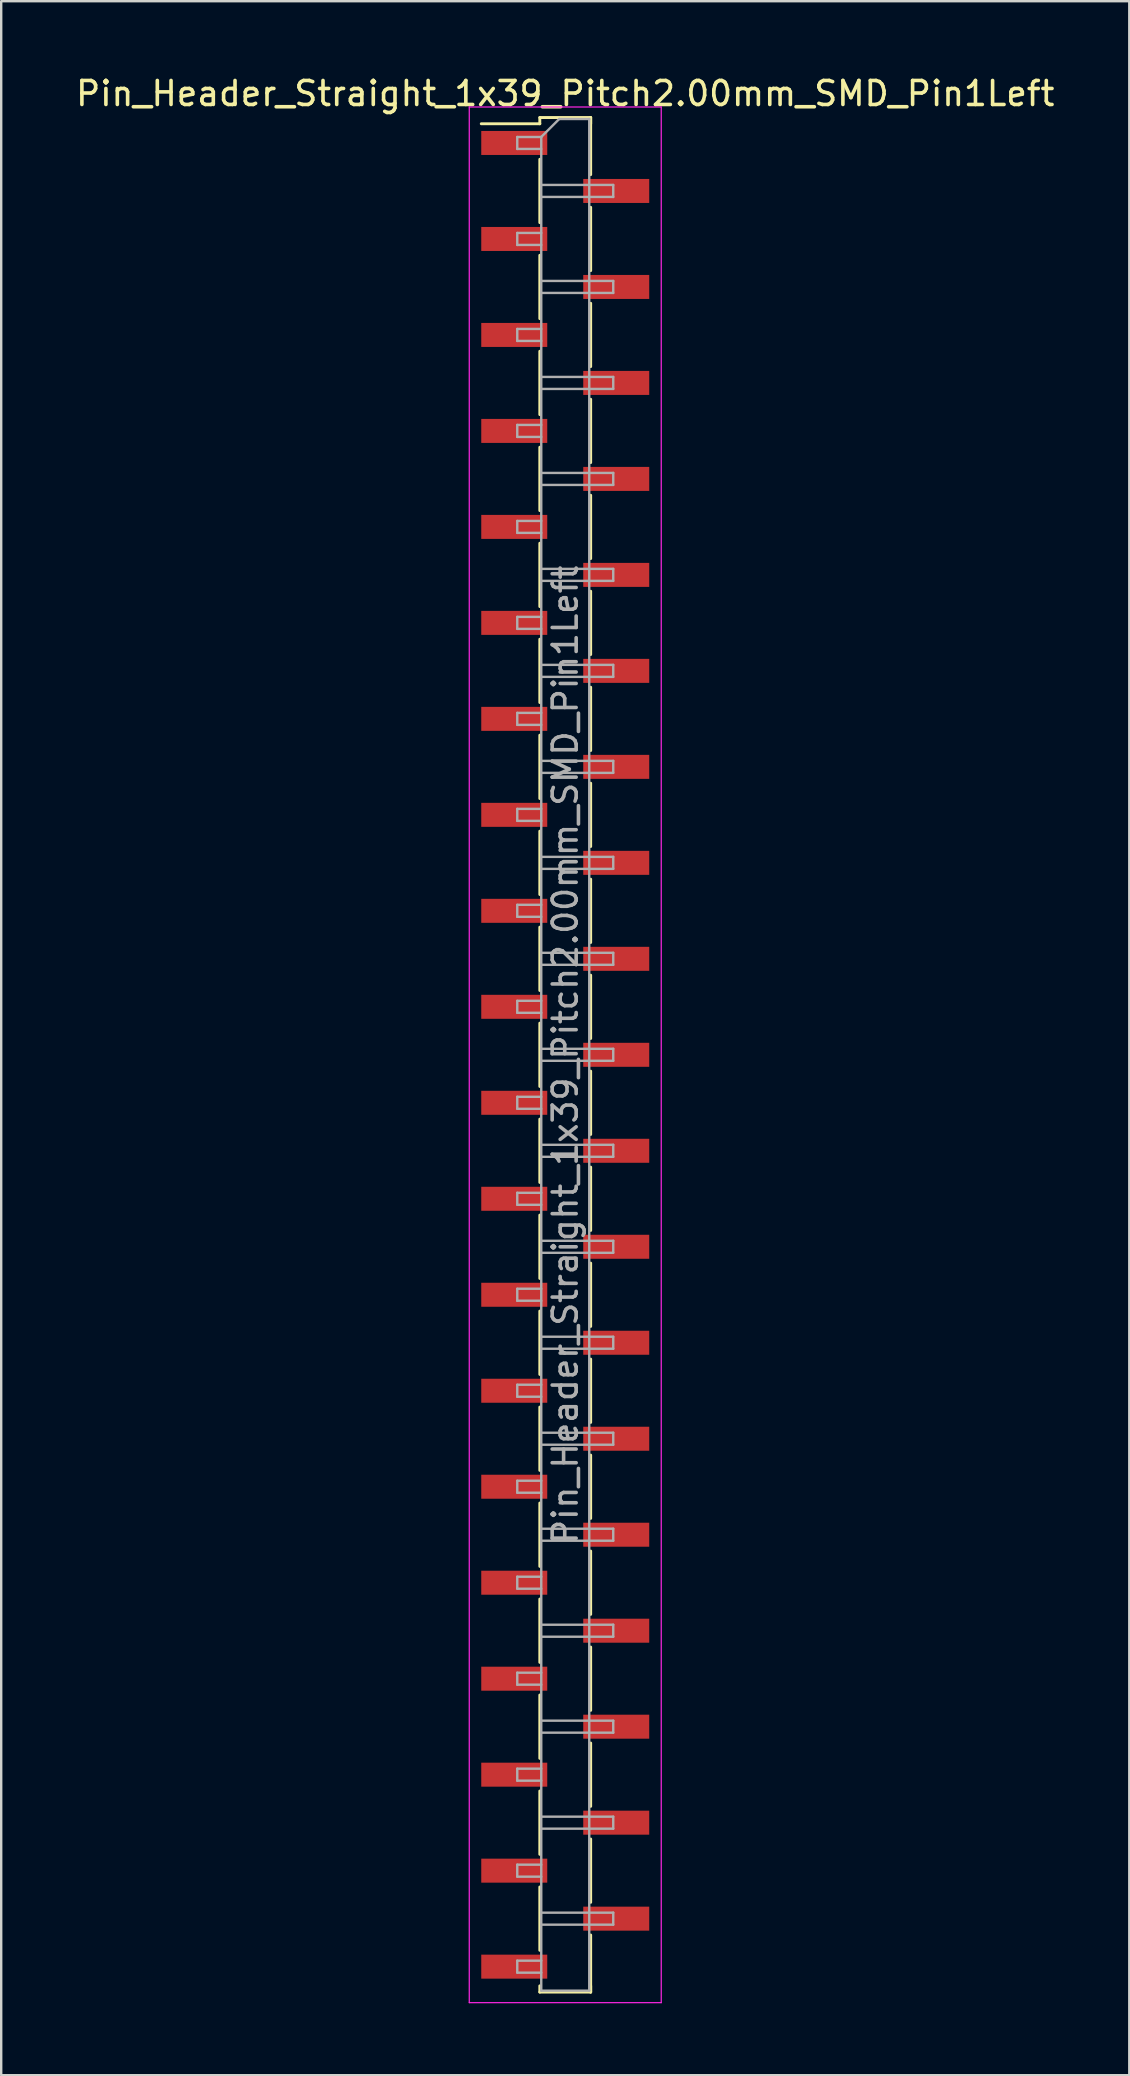
<source format=kicad_pcb>
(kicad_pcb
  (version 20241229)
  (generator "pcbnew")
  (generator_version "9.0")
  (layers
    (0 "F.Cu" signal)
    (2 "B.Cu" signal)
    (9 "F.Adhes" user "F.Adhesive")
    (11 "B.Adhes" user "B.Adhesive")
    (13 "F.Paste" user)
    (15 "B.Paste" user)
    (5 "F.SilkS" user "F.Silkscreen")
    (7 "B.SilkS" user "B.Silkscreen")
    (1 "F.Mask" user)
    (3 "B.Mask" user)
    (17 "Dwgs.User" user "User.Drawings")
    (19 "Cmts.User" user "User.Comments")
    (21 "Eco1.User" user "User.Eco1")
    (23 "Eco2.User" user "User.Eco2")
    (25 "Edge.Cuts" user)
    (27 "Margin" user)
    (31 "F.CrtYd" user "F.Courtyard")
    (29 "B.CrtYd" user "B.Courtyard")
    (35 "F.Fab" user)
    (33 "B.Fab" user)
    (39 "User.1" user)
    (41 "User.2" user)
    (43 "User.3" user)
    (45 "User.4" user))
  (footprint "Pin_Header_Straight_1x39_Pitch2.00mm_SMD_Pin1Left"
    (layer "F.Cu")
    (at 20.506 40.908)
    (property "Reference" "Pin_Header_Straight_1x39_Pitch2.00mm_SMD_Pin1Left" (at 0 -40.06 0) (layer "F.SilkS") (effects (font (size 1 1) (thickness 0.15))))
    (attr smd)
    (fp_line (start -1.06 -39.06) (end 1.06 -39.06) (stroke (width 0.12) (type solid)) (layer "F.SilkS"))
    (fp_line (start -1.06 -38.8) (end -3.5 -38.8) (stroke (width 0.12) (type solid)) (layer "F.SilkS"))
    (fp_line (start -1.06 -38.8) (end -1.06 -39.06) (stroke (width 0.12) (type solid)) (layer "F.SilkS"))
    (fp_line (start -1.06 -37.32) (end -1.06 -34.68) (stroke (width 0.12) (type solid)) (layer "F.SilkS"))
    (fp_line (start -1.06 -33.32) (end -1.06 -30.68) (stroke (width 0.12) (type solid)) (layer "F.SilkS"))
    (fp_line (start -1.06 -29.32) (end -1.06 -26.68) (stroke (width 0.12) (type solid)) (layer "F.SilkS"))
    (fp_line (start -1.06 -25.32) (end -1.06 -22.68) (stroke (width 0.12) (type solid)) (layer "F.SilkS"))
    (fp_line (start -1.06 -21.32) (end -1.06 -18.68) (stroke (width 0.12) (type solid)) (layer "F.SilkS"))
    (fp_line (start -1.06 -17.32) (end -1.06 -14.68) (stroke (width 0.12) (type solid)) (layer "F.SilkS"))
    (fp_line (start -1.06 -13.32) (end -1.06 -10.68) (stroke (width 0.12) (type solid)) (layer "F.SilkS"))
    (fp_line (start -1.06 -9.32) (end -1.06 -6.68) (stroke (width 0.12) (type solid)) (layer "F.SilkS"))
    (fp_line (start -1.06 -5.32) (end -1.06 -2.68) (stroke (width 0.12) (type solid)) (layer "F.SilkS"))
    (fp_line (start -1.06 -1.32) (end -1.06 1.32) (stroke (width 0.12) (type solid)) (layer "F.SilkS"))
    (fp_line (start -1.06 2.68) (end -1.06 5.32) (stroke (width 0.12) (type solid)) (layer "F.SilkS"))
    (fp_line (start -1.06 6.68) (end -1.06 9.32) (stroke (width 0.12) (type solid)) (layer "F.SilkS"))
    (fp_line (start -1.06 10.68) (end -1.06 13.32) (stroke (width 0.12) (type solid)) (layer "F.SilkS"))
    (fp_line (start -1.06 14.68) (end -1.06 17.32) (stroke (width 0.12) (type solid)) (layer "F.SilkS"))
    (fp_line (start -1.06 18.68) (end -1.06 21.32) (stroke (width 0.12) (type solid)) (layer "F.SilkS"))
    (fp_line (start -1.06 22.68) (end -1.06 25.32) (stroke (width 0.12) (type solid)) (layer "F.SilkS"))
    (fp_line (start -1.06 26.68) (end -1.06 29.32) (stroke (width 0.12) (type solid)) (layer "F.SilkS"))
    (fp_line (start -1.06 30.68) (end -1.06 33.32) (stroke (width 0.12) (type solid)) (layer "F.SilkS"))
    (fp_line (start -1.06 34.68) (end -1.06 37.32) (stroke (width 0.12) (type solid)) (layer "F.SilkS"))
    (fp_line (start -1.06 38.8) (end -1.06 39.06) (stroke (width 0.12) (type solid)) (layer "F.SilkS"))
    (fp_line (start -1.06 39.06) (end 1.06 39.06) (stroke (width 0.12) (type solid)) (layer "F.SilkS"))
    (fp_line (start 1.06 -39.06) (end 1.06 -38.8) (stroke (width 0.12) (type solid)) (layer "F.SilkS"))
    (fp_line (start 1.06 -39.06) (end 1.06 -36.68) (stroke (width 0.12) (type solid)) (layer "F.SilkS"))
    (fp_line (start 1.06 -35.32) (end 1.06 -32.68) (stroke (width 0.12) (type solid)) (layer "F.SilkS"))
    (fp_line (start 1.06 -31.32) (end 1.06 -28.68) (stroke (width 0.12) (type solid)) (layer "F.SilkS"))
    (fp_line (start 1.06 -27.32) (end 1.06 -24.68) (stroke (width 0.12) (type solid)) (layer "F.SilkS"))
    (fp_line (start 1.06 -23.32) (end 1.06 -20.68) (stroke (width 0.12) (type solid)) (layer "F.SilkS"))
    (fp_line (start 1.06 -19.32) (end 1.06 -16.68) (stroke (width 0.12) (type solid)) (layer "F.SilkS"))
    (fp_line (start 1.06 -15.32) (end 1.06 -12.68) (stroke (width 0.12) (type solid)) (layer "F.SilkS"))
    (fp_line (start 1.06 -11.32) (end 1.06 -8.68) (stroke (width 0.12) (type solid)) (layer "F.SilkS"))
    (fp_line (start 1.06 -7.32) (end 1.06 -4.68) (stroke (width 0.12) (type solid)) (layer "F.SilkS"))
    (fp_line (start 1.06 -3.32) (end 1.06 -0.68) (stroke (width 0.12) (type solid)) (layer "F.SilkS"))
    (fp_line (start 1.06 0.68) (end 1.06 3.32) (stroke (width 0.12) (type solid)) (layer "F.SilkS"))
    (fp_line (start 1.06 4.68) (end 1.06 7.32) (stroke (width 0.12) (type solid)) (layer "F.SilkS"))
    (fp_line (start 1.06 8.68) (end 1.06 11.32) (stroke (width 0.12) (type solid)) (layer "F.SilkS"))
    (fp_line (start 1.06 12.68) (end 1.06 15.32) (stroke (width 0.12) (type solid)) (layer "F.SilkS"))
    (fp_line (start 1.06 16.68) (end 1.06 19.32) (stroke (width 0.12) (type solid)) (layer "F.SilkS"))
    (fp_line (start 1.06 20.68) (end 1.06 23.32) (stroke (width 0.12) (type solid)) (layer "F.SilkS"))
    (fp_line (start 1.06 24.68) (end 1.06 27.32) (stroke (width 0.12) (type solid)) (layer "F.SilkS"))
    (fp_line (start 1.06 28.68) (end 1.06 31.32) (stroke (width 0.12) (type solid)) (layer "F.SilkS"))
    (fp_line (start 1.06 32.68) (end 1.06 35.32) (stroke (width 0.12) (type solid)) (layer "F.SilkS"))
    (fp_line (start 1.06 36.68) (end 1.06 39.06) (stroke (width 0.12) (type solid)) (layer "F.SilkS"))
    (fp_line (start 1.06 39.06) (end 1.06 38.8) (stroke (width 0.12) (type solid)) (layer "F.SilkS"))
    (fp_line (start -4 -39.5) (end -4 39.5) (stroke (width 0.05) (type solid)) (layer "F.CrtYd"))
    (fp_line (start -4 39.5) (end 4 39.5) (stroke (width 0.05) (type solid)) (layer "F.CrtYd"))
    (fp_line (start 4 -39.5) (end -4 -39.5) (stroke (width 0.05) (type solid)) (layer "F.CrtYd"))
    (fp_line (start 4 39.5) (end 4 -39.5) (stroke (width 0.05) (type solid)) (layer "F.CrtYd"))
    (fp_line (start -2 -38.25) (end -2 -37.75) (stroke (width 0.1) (type solid)) (layer "F.Fab"))
    (fp_line (start -2 -37.75) (end -1 -37.75) (stroke (width 0.1) (type solid)) (layer "F.Fab"))
    (fp_line (start -2 -34.25) (end -2 -33.75) (stroke (width 0.1) (type solid)) (layer "F.Fab"))
    (fp_line (start -2 -33.75) (end -1 -33.75) (stroke (width 0.1) (type solid)) (layer "F.Fab"))
    (fp_line (start -2 -30.25) (end -2 -29.75) (stroke (width 0.1) (type solid)) (layer "F.Fab"))
    (fp_line (start -2 -29.75) (end -1 -29.75) (stroke (width 0.1) (type solid)) (layer "F.Fab"))
    (fp_line (start -2 -26.25) (end -2 -25.75) (stroke (width 0.1) (type solid)) (layer "F.Fab"))
    (fp_line (start -2 -25.75) (end -1 -25.75) (stroke (width 0.1) (type solid)) (layer "F.Fab"))
    (fp_line (start -2 -22.25) (end -2 -21.75) (stroke (width 0.1) (type solid)) (layer "F.Fab"))
    (fp_line (start -2 -21.75) (end -1 -21.75) (stroke (width 0.1) (type solid)) (layer "F.Fab"))
    (fp_line (start -2 -18.25) (end -2 -17.75) (stroke (width 0.1) (type solid)) (layer "F.Fab"))
    (fp_line (start -2 -17.75) (end -1 -17.75) (stroke (width 0.1) (type solid)) (layer "F.Fab"))
    (fp_line (start -2 -14.25) (end -2 -13.75) (stroke (width 0.1) (type solid)) (layer "F.Fab"))
    (fp_line (start -2 -13.75) (end -1 -13.75) (stroke (width 0.1) (type solid)) (layer "F.Fab"))
    (fp_line (start -2 -10.25) (end -2 -9.75) (stroke (width 0.1) (type solid)) (layer "F.Fab"))
    (fp_line (start -2 -9.75) (end -1 -9.75) (stroke (width 0.1) (type solid)) (layer "F.Fab"))
    (fp_line (start -2 -6.25) (end -2 -5.75) (stroke (width 0.1) (type solid)) (layer "F.Fab"))
    (fp_line (start -2 -5.75) (end -1 -5.75) (stroke (width 0.1) (type solid)) (layer "F.Fab"))
    (fp_line (start -2 -2.25) (end -2 -1.75) (stroke (width 0.1) (type solid)) (layer "F.Fab"))
    (fp_line (start -2 -1.75) (end -1 -1.75) (stroke (width 0.1) (type solid)) (layer "F.Fab"))
    (fp_line (start -2 1.75) (end -2 2.25) (stroke (width 0.1) (type solid)) (layer "F.Fab"))
    (fp_line (start -2 2.25) (end -1 2.25) (stroke (width 0.1) (type solid)) (layer "F.Fab"))
    (fp_line (start -2 5.75) (end -2 6.25) (stroke (width 0.1) (type solid)) (layer "F.Fab"))
    (fp_line (start -2 6.25) (end -1 6.25) (stroke (width 0.1) (type solid)) (layer "F.Fab"))
    (fp_line (start -2 9.75) (end -2 10.25) (stroke (width 0.1) (type solid)) (layer "F.Fab"))
    (fp_line (start -2 10.25) (end -1 10.25) (stroke (width 0.1) (type solid)) (layer "F.Fab"))
    (fp_line (start -2 13.75) (end -2 14.25) (stroke (width 0.1) (type solid)) (layer "F.Fab"))
    (fp_line (start -2 14.25) (end -1 14.25) (stroke (width 0.1) (type solid)) (layer "F.Fab"))
    (fp_line (start -2 17.75) (end -2 18.25) (stroke (width 0.1) (type solid)) (layer "F.Fab"))
    (fp_line (start -2 18.25) (end -1 18.25) (stroke (width 0.1) (type solid)) (layer "F.Fab"))
    (fp_line (start -2 21.75) (end -2 22.25) (stroke (width 0.1) (type solid)) (layer "F.Fab"))
    (fp_line (start -2 22.25) (end -1 22.25) (stroke (width 0.1) (type solid)) (layer "F.Fab"))
    (fp_line (start -2 25.75) (end -2 26.25) (stroke (width 0.1) (type solid)) (layer "F.Fab"))
    (fp_line (start -2 26.25) (end -1 26.25) (stroke (width 0.1) (type solid)) (layer "F.Fab"))
    (fp_line (start -2 29.75) (end -2 30.25) (stroke (width 0.1) (type solid)) (layer "F.Fab"))
    (fp_line (start -2 30.25) (end -1 30.25) (stroke (width 0.1) (type solid)) (layer "F.Fab"))
    (fp_line (start -2 33.75) (end -2 34.25) (stroke (width 0.1) (type solid)) (layer "F.Fab"))
    (fp_line (start -2 34.25) (end -1 34.25) (stroke (width 0.1) (type solid)) (layer "F.Fab"))
    (fp_line (start -2 37.75) (end -2 38.25) (stroke (width 0.1) (type solid)) (layer "F.Fab"))
    (fp_line (start -2 38.25) (end -1 38.25) (stroke (width 0.1) (type solid)) (layer "F.Fab"))
    (fp_line (start -1 -38.25) (end -2 -38.25) (stroke (width 0.1) (type solid)) (layer "F.Fab"))
    (fp_line (start -1 -38.25) (end -0.25 -39) (stroke (width 0.1) (type solid)) (layer "F.Fab"))
    (fp_line (start -1 -36.25) (end 2 -36.25) (stroke (width 0.1) (type solid)) (layer "F.Fab"))
    (fp_line (start -1 -34.25) (end -2 -34.25) (stroke (width 0.1) (type solid)) (layer "F.Fab"))
    (fp_line (start -1 -32.25) (end 2 -32.25) (stroke (width 0.1) (type solid)) (layer "F.Fab"))
    (fp_line (start -1 -30.25) (end -2 -30.25) (stroke (width 0.1) (type solid)) (layer "F.Fab"))
    (fp_line (start -1 -28.25) (end 2 -28.25) (stroke (width 0.1) (type solid)) (layer "F.Fab"))
    (fp_line (start -1 -26.25) (end -2 -26.25) (stroke (width 0.1) (type solid)) (layer "F.Fab"))
    (fp_line (start -1 -24.25) (end 2 -24.25) (stroke (width 0.1) (type solid)) (layer "F.Fab"))
    (fp_line (start -1 -22.25) (end -2 -22.25) (stroke (width 0.1) (type solid)) (layer "F.Fab"))
    (fp_line (start -1 -20.25) (end 2 -20.25) (stroke (width 0.1) (type solid)) (layer "F.Fab"))
    (fp_line (start -1 -18.25) (end -2 -18.25) (stroke (width 0.1) (type solid)) (layer "F.Fab"))
    (fp_line (start -1 -16.25) (end 2 -16.25) (stroke (width 0.1) (type solid)) (layer "F.Fab"))
    (fp_line (start -1 -14.25) (end -2 -14.25) (stroke (width 0.1) (type solid)) (layer "F.Fab"))
    (fp_line (start -1 -12.25) (end 2 -12.25) (stroke (width 0.1) (type solid)) (layer "F.Fab"))
    (fp_line (start -1 -10.25) (end -2 -10.25) (stroke (width 0.1) (type solid)) (layer "F.Fab"))
    (fp_line (start -1 -8.25) (end 2 -8.25) (stroke (width 0.1) (type solid)) (layer "F.Fab"))
    (fp_line (start -1 -6.25) (end -2 -6.25) (stroke (width 0.1) (type solid)) (layer "F.Fab"))
    (fp_line (start -1 -4.25) (end 2 -4.25) (stroke (width 0.1) (type solid)) (layer "F.Fab"))
    (fp_line (start -1 -2.25) (end -2 -2.25) (stroke (width 0.1) (type solid)) (layer "F.Fab"))
    (fp_line (start -1 -0.25) (end 2 -0.25) (stroke (width 0.1) (type solid)) (layer "F.Fab"))
    (fp_line (start -1 1.75) (end -2 1.75) (stroke (width 0.1) (type solid)) (layer "F.Fab"))
    (fp_line (start -1 3.75) (end 2 3.75) (stroke (width 0.1) (type solid)) (layer "F.Fab"))
    (fp_line (start -1 5.75) (end -2 5.75) (stroke (width 0.1) (type solid)) (layer "F.Fab"))
    (fp_line (start -1 7.75) (end 2 7.75) (stroke (width 0.1) (type solid)) (layer "F.Fab"))
    (fp_line (start -1 9.75) (end -2 9.75) (stroke (width 0.1) (type solid)) (layer "F.Fab"))
    (fp_line (start -1 11.75) (end 2 11.75) (stroke (width 0.1) (type solid)) (layer "F.Fab"))
    (fp_line (start -1 13.75) (end -2 13.75) (stroke (width 0.1) (type solid)) (layer "F.Fab"))
    (fp_line (start -1 15.75) (end 2 15.75) (stroke (width 0.1) (type solid)) (layer "F.Fab"))
    (fp_line (start -1 17.75) (end -2 17.75) (stroke (width 0.1) (type solid)) (layer "F.Fab"))
    (fp_line (start -1 19.75) (end 2 19.75) (stroke (width 0.1) (type solid)) (layer "F.Fab"))
    (fp_line (start -1 21.75) (end -2 21.75) (stroke (width 0.1) (type solid)) (layer "F.Fab"))
    (fp_line (start -1 23.75) (end 2 23.75) (stroke (width 0.1) (type solid)) (layer "F.Fab"))
    (fp_line (start -1 25.75) (end -2 25.75) (stroke (width 0.1) (type solid)) (layer "F.Fab"))
    (fp_line (start -1 27.75) (end 2 27.75) (stroke (width 0.1) (type solid)) (layer "F.Fab"))
    (fp_line (start -1 29.75) (end -2 29.75) (stroke (width 0.1) (type solid)) (layer "F.Fab"))
    (fp_line (start -1 31.75) (end 2 31.75) (stroke (width 0.1) (type solid)) (layer "F.Fab"))
    (fp_line (start -1 33.75) (end -2 33.75) (stroke (width 0.1) (type solid)) (layer "F.Fab"))
    (fp_line (start -1 35.75) (end 2 35.75) (stroke (width 0.1) (type solid)) (layer "F.Fab"))
    (fp_line (start -1 37.75) (end -2 37.75) (stroke (width 0.1) (type solid)) (layer "F.Fab"))
    (fp_line (start -1 39) (end -1 -38.25) (stroke (width 0.1) (type solid)) (layer "F.Fab"))
    (fp_line (start -0.25 -39) (end 1 -39) (stroke (width 0.1) (type solid)) (layer "F.Fab"))
    (fp_line (start 1 -39) (end 1 39) (stroke (width 0.1) (type solid)) (layer "F.Fab"))
    (fp_line (start 1 39) (end -1 39) (stroke (width 0.1) (type solid)) (layer "F.Fab"))
    (fp_line (start 2 -36.25) (end 2 -35.75) (stroke (width 0.1) (type solid)) (layer "F.Fab"))
    (fp_line (start 2 -35.75) (end -1 -35.75) (stroke (width 0.1) (type solid)) (layer "F.Fab"))
    (fp_line (start 2 -32.25) (end 2 -31.75) (stroke (width 0.1) (type solid)) (layer "F.Fab"))
    (fp_line (start 2 -31.75) (end -1 -31.75) (stroke (width 0.1) (type solid)) (layer "F.Fab"))
    (fp_line (start 2 -28.25) (end 2 -27.75) (stroke (width 0.1) (type solid)) (layer "F.Fab"))
    (fp_line (start 2 -27.75) (end -1 -27.75) (stroke (width 0.1) (type solid)) (layer "F.Fab"))
    (fp_line (start 2 -24.25) (end 2 -23.75) (stroke (width 0.1) (type solid)) (layer "F.Fab"))
    (fp_line (start 2 -23.75) (end -1 -23.75) (stroke (width 0.1) (type solid)) (layer "F.Fab"))
    (fp_line (start 2 -20.25) (end 2 -19.75) (stroke (width 0.1) (type solid)) (layer "F.Fab"))
    (fp_line (start 2 -19.75) (end -1 -19.75) (stroke (width 0.1) (type solid)) (layer "F.Fab"))
    (fp_line (start 2 -16.25) (end 2 -15.75) (stroke (width 0.1) (type solid)) (layer "F.Fab"))
    (fp_line (start 2 -15.75) (end -1 -15.75) (stroke (width 0.1) (type solid)) (layer "F.Fab"))
    (fp_line (start 2 -12.25) (end 2 -11.75) (stroke (width 0.1) (type solid)) (layer "F.Fab"))
    (fp_line (start 2 -11.75) (end -1 -11.75) (stroke (width 0.1) (type solid)) (layer "F.Fab"))
    (fp_line (start 2 -8.25) (end 2 -7.75) (stroke (width 0.1) (type solid)) (layer "F.Fab"))
    (fp_line (start 2 -7.75) (end -1 -7.75) (stroke (width 0.1) (type solid)) (layer "F.Fab"))
    (fp_line (start 2 -4.25) (end 2 -3.75) (stroke (width 0.1) (type solid)) (layer "F.Fab"))
    (fp_line (start 2 -3.75) (end -1 -3.75) (stroke (width 0.1) (type solid)) (layer "F.Fab"))
    (fp_line (start 2 -0.25) (end 2 0.25) (stroke (width 0.1) (type solid)) (layer "F.Fab"))
    (fp_line (start 2 0.25) (end -1 0.25) (stroke (width 0.1) (type solid)) (layer "F.Fab"))
    (fp_line (start 2 3.75) (end 2 4.25) (stroke (width 0.1) (type solid)) (layer "F.Fab"))
    (fp_line (start 2 4.25) (end -1 4.25) (stroke (width 0.1) (type solid)) (layer "F.Fab"))
    (fp_line (start 2 7.75) (end 2 8.25) (stroke (width 0.1) (type solid)) (layer "F.Fab"))
    (fp_line (start 2 8.25) (end -1 8.25) (stroke (width 0.1) (type solid)) (layer "F.Fab"))
    (fp_line (start 2 11.75) (end 2 12.25) (stroke (width 0.1) (type solid)) (layer "F.Fab"))
    (fp_line (start 2 12.25) (end -1 12.25) (stroke (width 0.1) (type solid)) (layer "F.Fab"))
    (fp_line (start 2 15.75) (end 2 16.25) (stroke (width 0.1) (type solid)) (layer "F.Fab"))
    (fp_line (start 2 16.25) (end -1 16.25) (stroke (width 0.1) (type solid)) (layer "F.Fab"))
    (fp_line (start 2 19.75) (end 2 20.25) (stroke (width 0.1) (type solid)) (layer "F.Fab"))
    (fp_line (start 2 20.25) (end -1 20.25) (stroke (width 0.1) (type solid)) (layer "F.Fab"))
    (fp_line (start 2 23.75) (end 2 24.25) (stroke (width 0.1) (type solid)) (layer "F.Fab"))
    (fp_line (start 2 24.25) (end -1 24.25) (stroke (width 0.1) (type solid)) (layer "F.Fab"))
    (fp_line (start 2 27.75) (end 2 28.25) (stroke (width 0.1) (type solid)) (layer "F.Fab"))
    (fp_line (start 2 28.25) (end -1 28.25) (stroke (width 0.1) (type solid)) (layer "F.Fab"))
    (fp_line (start 2 31.75) (end 2 32.25) (stroke (width 0.1) (type solid)) (layer "F.Fab"))
    (fp_line (start 2 32.25) (end -1 32.25) (stroke (width 0.1) (type solid)) (layer "F.Fab"))
    (fp_line (start 2 35.75) (end 2 36.25) (stroke (width 0.1) (type solid)) (layer "F.Fab"))
    (fp_line (start 2 36.25) (end -1 36.25) (stroke (width 0.1) (type solid)) (layer "F.Fab"))
    (fp_text user "${REFERENCE}" (at 0 0 90) (layer "F.Fab") (effects (font (size 1 1) (thickness 0.15))))
    (pad "1" smd rect (at -2.125 -38) (size 2.75 1) (layers "F.Cu" "F.Mask" "F.Paste"))
    (pad "2" smd rect (at 2.125 -36) (size 2.75 1) (layers "F.Cu" "F.Mask" "F.Paste"))
    (pad "3" smd rect (at -2.125 -34) (size 2.75 1) (layers "F.Cu" "F.Mask" "F.Paste"))
    (pad "4" smd rect (at 2.125 -32) (size 2.75 1) (layers "F.Cu" "F.Mask" "F.Paste"))
    (pad "5" smd rect (at -2.125 -30) (size 2.75 1) (layers "F.Cu" "F.Mask" "F.Paste"))
    (pad "6" smd rect (at 2.125 -28) (size 2.75 1) (layers "F.Cu" "F.Mask" "F.Paste"))
    (pad "7" smd rect (at -2.125 -26) (size 2.75 1) (layers "F.Cu" "F.Mask" "F.Paste"))
    (pad "8" smd rect (at 2.125 -24) (size 2.75 1) (layers "F.Cu" "F.Mask" "F.Paste"))
    (pad "9" smd rect (at -2.125 -22) (size 2.75 1) (layers "F.Cu" "F.Mask" "F.Paste"))
    (pad "10" smd rect (at 2.125 -20) (size 2.75 1) (layers "F.Cu" "F.Mask" "F.Paste"))
    (pad "11" smd rect (at -2.125 -18) (size 2.75 1) (layers "F.Cu" "F.Mask" "F.Paste"))
    (pad "12" smd rect (at 2.125 -16) (size 2.75 1) (layers "F.Cu" "F.Mask" "F.Paste"))
    (pad "13" smd rect (at -2.125 -14) (size 2.75 1) (layers "F.Cu" "F.Mask" "F.Paste"))
    (pad "14" smd rect (at 2.125 -12) (size 2.75 1) (layers "F.Cu" "F.Mask" "F.Paste"))
    (pad "15" smd rect (at -2.125 -10) (size 2.75 1) (layers "F.Cu" "F.Mask" "F.Paste"))
    (pad "16" smd rect (at 2.125 -8) (size 2.75 1) (layers "F.Cu" "F.Mask" "F.Paste"))
    (pad "17" smd rect (at -2.125 -6) (size 2.75 1) (layers "F.Cu" "F.Mask" "F.Paste"))
    (pad "18" smd rect (at 2.125 -4) (size 2.75 1) (layers "F.Cu" "F.Mask" "F.Paste"))
    (pad "19" smd rect (at -2.125 -2) (size 2.75 1) (layers "F.Cu" "F.Mask" "F.Paste"))
    (pad "20" smd rect (at 2.125 0) (size 2.75 1) (layers "F.Cu" "F.Mask" "F.Paste"))
    (pad "21" smd rect (at -2.125 2) (size 2.75 1) (layers "F.Cu" "F.Mask" "F.Paste"))
    (pad "22" smd rect (at 2.125 4) (size 2.75 1) (layers "F.Cu" "F.Mask" "F.Paste"))
    (pad "23" smd rect (at -2.125 6) (size 2.75 1) (layers "F.Cu" "F.Mask" "F.Paste"))
    (pad "24" smd rect (at 2.125 8) (size 2.75 1) (layers "F.Cu" "F.Mask" "F.Paste"))
    (pad "25" smd rect (at -2.125 10) (size 2.75 1) (layers "F.Cu" "F.Mask" "F.Paste"))
    (pad "26" smd rect (at 2.125 12) (size 2.75 1) (layers "F.Cu" "F.Mask" "F.Paste"))
    (pad "27" smd rect (at -2.125 14) (size 2.75 1) (layers "F.Cu" "F.Mask" "F.Paste"))
    (pad "28" smd rect (at 2.125 16) (size 2.75 1) (layers "F.Cu" "F.Mask" "F.Paste"))
    (pad "29" smd rect (at -2.125 18) (size 2.75 1) (layers "F.Cu" "F.Mask" "F.Paste"))
    (pad "30" smd rect (at 2.125 20) (size 2.75 1) (layers "F.Cu" "F.Mask" "F.Paste"))
    (pad "31" smd rect (at -2.125 22) (size 2.75 1) (layers "F.Cu" "F.Mask" "F.Paste"))
    (pad "32" smd rect (at 2.125 24) (size 2.75 1) (layers "F.Cu" "F.Mask" "F.Paste"))
    (pad "33" smd rect (at -2.125 26) (size 2.75 1) (layers "F.Cu" "F.Mask" "F.Paste"))
    (pad "34" smd rect (at 2.125 28) (size 2.75 1) (layers "F.Cu" "F.Mask" "F.Paste"))
    (pad "35" smd rect (at -2.125 30) (size 2.75 1) (layers "F.Cu" "F.Mask" "F.Paste"))
    (pad "36" smd rect (at 2.125 32) (size 2.75 1) (layers "F.Cu" "F.Mask" "F.Paste"))
    (pad "37" smd rect (at -2.125 34) (size 2.75 1) (layers "F.Cu" "F.Mask" "F.Paste"))
    (pad "38" smd rect (at 2.125 36) (size 2.75 1) (layers "F.Cu" "F.Mask" "F.Paste"))
    (pad "39" smd rect (at -2.125 38) (size 2.75 1) (layers "F.Cu" "F.Mask" "F.Paste")))
  (gr_rect
    (start -3 -3)
    (end 44.012 83.433)
    (stroke (width 0.1) (type default))
    (fill no)
    (layer "Edge.Cuts")))
</source>
